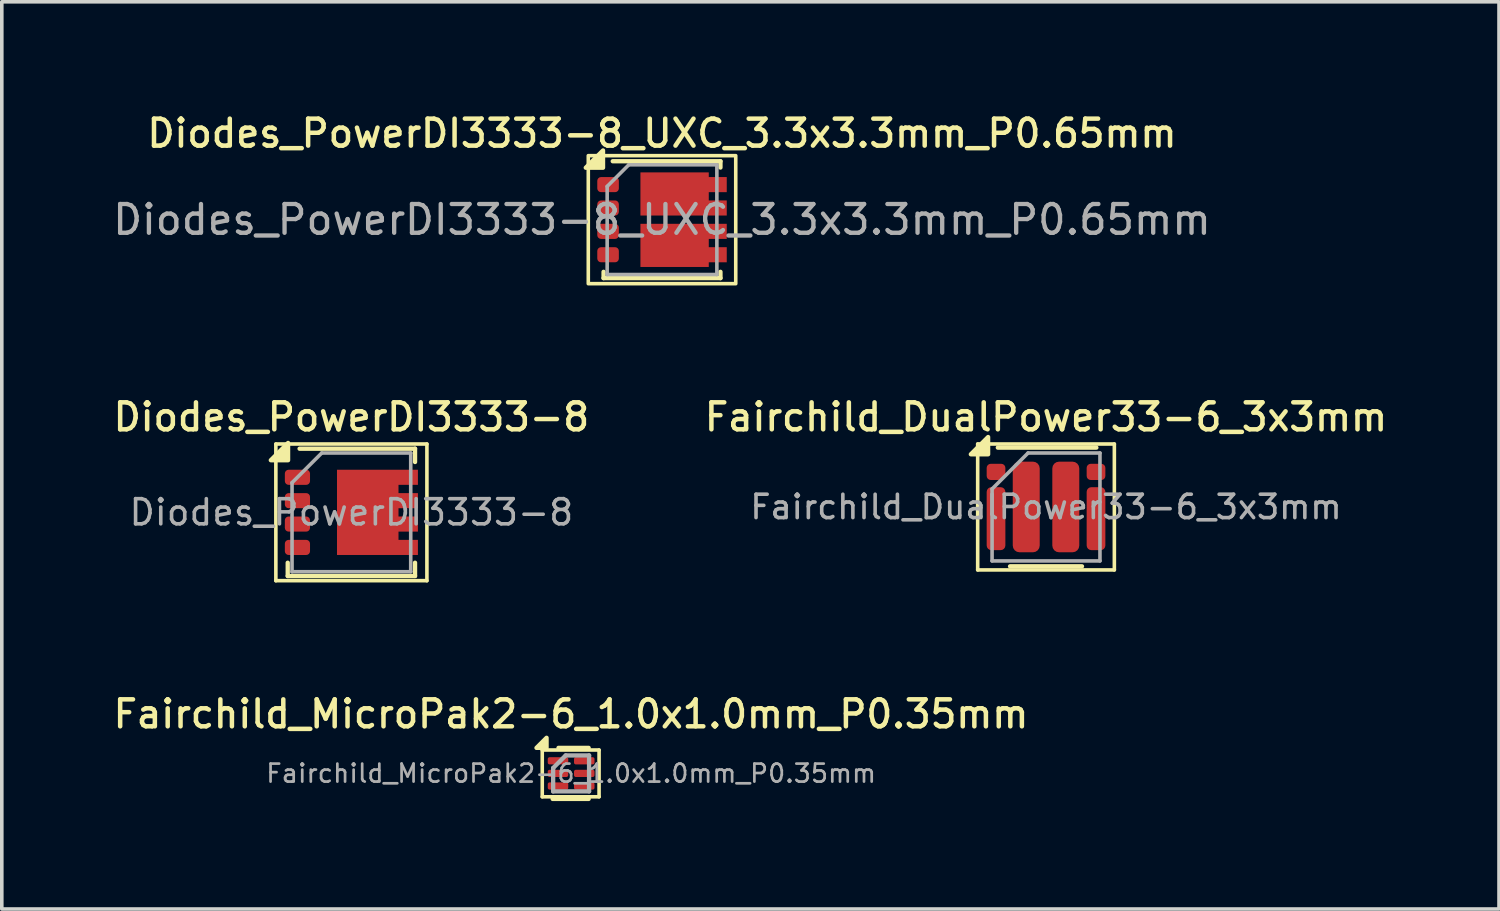
<source format=kicad_pcb>
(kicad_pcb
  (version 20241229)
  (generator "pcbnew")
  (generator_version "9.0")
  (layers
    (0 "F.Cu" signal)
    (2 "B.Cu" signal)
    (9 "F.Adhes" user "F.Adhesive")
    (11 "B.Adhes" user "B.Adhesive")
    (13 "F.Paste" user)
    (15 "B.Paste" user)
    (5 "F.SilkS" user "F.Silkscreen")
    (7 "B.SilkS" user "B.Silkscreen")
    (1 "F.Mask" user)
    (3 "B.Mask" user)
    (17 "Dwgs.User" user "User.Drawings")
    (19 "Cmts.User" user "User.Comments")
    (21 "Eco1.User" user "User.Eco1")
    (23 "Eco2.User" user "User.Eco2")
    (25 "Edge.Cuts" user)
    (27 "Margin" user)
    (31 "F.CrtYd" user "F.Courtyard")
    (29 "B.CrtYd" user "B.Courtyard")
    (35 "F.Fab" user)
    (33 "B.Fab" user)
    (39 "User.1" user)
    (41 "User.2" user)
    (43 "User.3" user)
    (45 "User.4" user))
  (footprint "Diodes_PowerDI3333-8"
    (layer "F.Cu")
    (at 6.72 11.196)
    (property "Reference" "Diodes_PowerDI3333-8" (at 0 -2.65 0) (layer "F.SilkS") (effects (font (size 0.75 0.75) (thickness 0.125))))
    (attr smd)
    (fp_line (start -2.1 -1.9) (end -2.1 1.9) (stroke (width 0.1) (type solid)) (layer "F.SilkS"))
    (fp_line (start -2.1 1.9) (end 2.1 1.9) (stroke (width 0.1) (type solid)) (layer "F.SilkS"))
    (fp_line (start -1.77 1.77) (end -1.77 1.4) (stroke (width 0.12) (type solid)) (layer "F.SilkS"))
    (fp_line (start -1.77 1.77) (end 1.77 1.77) (stroke (width 0.12) (type solid)) (layer "F.SilkS"))
    (fp_line (start 1.77 -1.77) (end -1.44 -1.77) (stroke (width 0.12) (type solid)) (layer "F.SilkS"))
    (fp_line (start 1.77 -1.77) (end 1.77 -1.4) (stroke (width 0.12) (type solid)) (layer "F.SilkS"))
    (fp_line (start 1.77 1.77) (end 1.77 1.4) (stroke (width 0.12) (type solid)) (layer "F.SilkS"))
    (fp_line (start 2.1 -1.9) (end -2.1 -1.9) (stroke (width 0.1) (type solid)) (layer "F.SilkS"))
    (fp_line (start 2.1 1.9) (end 2.1 -1.9) (stroke (width 0.1) (type solid)) (layer "F.SilkS"))
    (fp_poly (pts (xy -1.76 -1.45) (xy -2.24 -1.45) (xy -1.76 -1.93) (xy -1.76 -1.45)) (stroke (width 0.12) (type solid)) (fill yes) (layer "F.SilkS"))
    (fp_line (start -1.65 -0.825) (end -1.65 1.65) (stroke (width 0.1) (type solid)) (layer "F.Fab"))
    (fp_line (start -1.65 1.65) (end 1.65 1.65) (stroke (width 0.1) (type solid)) (layer "F.Fab"))
    (fp_line (start -0.825 -1.65) (end -1.65 -0.825) (stroke (width 0.1) (type solid)) (layer "F.Fab"))
    (fp_line (start 1.65 -1.65) (end -0.825 -1.65) (stroke (width 0.1) (type solid)) (layer "F.Fab"))
    (fp_line (start 1.65 1.65) (end 1.65 -1.65) (stroke (width 0.1) (type solid)) (layer "F.Fab"))
    (fp_text user "${REFERENCE}" (at 0 0 0) (layer "F.Fab") (effects (font (size 0.7 0.7) (thickness 0.1))))
    (pad "" smd roundrect (at 0.02 -0.565) (size 0.6 1) (layers "F.Paste") (roundrect_rratio 0.25))
    (pad "" smd roundrect (at 0.02 0.565) (size 0.6 1) (layers "F.Paste") (roundrect_rratio 0.25))
    (pad "" smd roundrect (at 0.73 -0.565) (size 0.6 1) (layers "F.Paste") (roundrect_rratio 0.25))
    (pad "" smd roundrect (at 0.73 0.565) (size 0.6 1) (layers "F.Paste") (roundrect_rratio 0.25))
    (pad "" smd roundrect (at 1.5 -0.975) (size 0.7 0.42) (layers "F.Paste") (roundrect_rratio 0.25))
    (pad "" smd roundrect (at 1.5 -0.325) (size 0.7 0.42) (layers "F.Paste") (roundrect_rratio 0.25))
    (pad "" smd roundrect (at 1.5 0.325) (size 0.7 0.42) (layers "F.Paste") (roundrect_rratio 0.25))
    (pad "" smd roundrect (at 1.5 0.975) (size 0.7 0.42) (layers "F.Paste") (roundrect_rratio 0.25))
    (pad "1" smd roundrect (at -1.5 -0.975) (size 0.7 0.42) (layers "F.Cu" "F.Mask" "F.Paste") (roundrect_rratio 0.25))
    (pad "2" smd roundrect (at -1.5 -0.325) (size 0.7 0.42) (layers "F.Cu" "F.Mask" "F.Paste") (roundrect_rratio 0.25))
    (pad "3" smd roundrect (at -1.5 0.325) (size 0.7 0.42) (layers "F.Cu" "F.Mask" "F.Paste") (roundrect_rratio 0.25))
    (pad "4" smd roundrect (at -1.5 0.975) (size 0.7 0.42) (layers "F.Cu" "F.Mask" "F.Paste") (roundrect_rratio 0.25))
    (pad "5" smd custom (at 0.455 0) (size 1.71 2.37) (layers "F.Cu" "F.Mask") (options (anchor rect)) (primitives (gr_poly (pts (xy 1.395 1.185) (xy 0.855 1.185) (xy 0.855 0.765) (xy 1.395 0.765)) (width 0) (fill yes)) (gr_poly (pts (xy 1.395 0.535) (xy 0.855 0.535) (xy 0.855 0.115) (xy 1.395 0.115)) (width 0) (fill yes)) (gr_poly (pts (xy 1.395 -0.115) (xy 0.855 -0.115) (xy 0.855 -0.535) (xy 1.395 -0.535)) (width 0) (fill yes)) (gr_poly (pts (xy 1.395 -0.765) (xy 0.855 -0.765) (xy 0.855 -1.185) (xy 1.395 -1.185)) (width 0) (fill yes)))))
  (footprint "Fairchild_MicroPak2-6_1.0x1.0mm_P0.35mm"
    (layer "F.Cu")
    (at 12.817 18.454)
    (property "Reference" "Fairchild_MicroPak2-6_1.0x1.0mm_P0.35mm" (at 0.01 -1.65 0) (layer "F.SilkS") (effects (font (size 0.75 0.75) (thickness 0.125))))
    (attr smd)
    (fp_line (start -0.79 -0.65) (end -0.79 0.65) (stroke (width 0.1) (type solid)) (layer "F.SilkS"))
    (fp_line (start -0.79 -0.65) (end 0.79 -0.65) (stroke (width 0.1) (type solid)) (layer "F.SilkS"))
    (fp_line (start -0.5 0.71) (end 0.5 0.71) (stroke (width 0.12) (type solid)) (layer "F.SilkS"))
    (fp_line (start -0.338 -0.71) (end 0.5 -0.71) (stroke (width 0.12) (type solid)) (layer "F.SilkS"))
    (fp_line (start 0.79 0.65) (end -0.79 0.65) (stroke (width 0.1) (type solid)) (layer "F.SilkS"))
    (fp_line (start 0.79 0.65) (end 0.79 -0.65) (stroke (width 0.1) (type solid)) (layer "F.SilkS"))
    (fp_poly (pts (xy -0.67 -0.71) (xy -0.95 -0.71) (xy -0.67 -0.99) (xy -0.67 -0.71)) (stroke (width 0.12) (type solid)) (fill yes) (layer "F.SilkS"))
    (fp_line (start -0.487 -0.15) (end -0.138 -0.5) (stroke (width 0.12) (type solid)) (layer "F.Fab"))
    (fp_line (start -0.487 0.5) (end -0.487 -0.15) (stroke (width 0.12) (type solid)) (layer "F.Fab"))
    (fp_line (start -0.138 -0.5) (end 0.512 -0.5) (stroke (width 0.12) (type solid)) (layer "F.Fab"))
    (fp_line (start 0.512 -0.5) (end 0.512 0.5) (stroke (width 0.12) (type solid)) (layer "F.Fab"))
    (fp_line (start 0.512 0.5) (end -0.487 0.5) (stroke (width 0.12) (type solid)) (layer "F.Fab"))
    (fp_text user "${REFERENCE}" (at 0.013 0 0) (layer "F.Fab") (effects (font (size 0.5 0.5) (thickness 0.075))))
    (pad "1" smd roundrect (at -0.352 -0.35) (size 0.57 0.2) (layers "F.Cu" "F.Mask" "F.Paste") (roundrect_rratio 0.25))
    (pad "2" smd roundrect (at -0.352 0) (size 0.57 0.2) (layers "F.Cu" "F.Mask" "F.Paste") (roundrect_rratio 0.25))
    (pad "3" smd roundrect (at -0.352 0.35) (size 0.57 0.2) (layers "F.Cu" "F.Mask" "F.Paste") (roundrect_rratio 0.25))
    (pad "4" smd roundrect (at 0.378 0.35) (size 0.57 0.2) (layers "F.Cu" "F.Mask" "F.Paste") (roundrect_rratio 0.25))
    (pad "5" smd roundrect (at 0.378 0) (size 0.57 0.2) (layers "F.Cu" "F.Mask" "F.Paste") (roundrect_rratio 0.25))
    (pad "6" smd roundrect (at 0.378 -0.35) (size 0.57 0.2) (layers "F.Cu" "F.Mask" "F.Paste") (roundrect_rratio 0.25)))
  (footprint "Diodes_PowerDI3333-8_UXC_3.3x3.3mm_P0.65mm"
    (layer "F.Cu")
    (at 15.357 3.058)
    (property "Reference" "Diodes_PowerDI3333-8_UXC_3.3x3.3mm_P0.65mm" (at 0 -2.4 0) (layer "F.SilkS") (effects (font (size 0.75 0.75) (thickness 0.125))))
    (attr smd)
    (fp_line (start -1.625 1.625) (end -1.625 1.45) (stroke (width 0.12) (type solid)) (layer "F.SilkS"))
    (fp_line (start -1.625 1.625) (end 1.625 1.625) (stroke (width 0.12) (type solid)) (layer "F.SilkS"))
    (fp_line (start -1.37 -1.625) (end 1.625 -1.625) (stroke (width 0.12) (type solid)) (layer "F.SilkS"))
    (fp_line (start 1.625 -1.45) (end 1.625 -1.625) (stroke (width 0.12) (type solid)) (layer "F.SilkS"))
    (fp_line (start 1.625 1.45) (end 1.625 1.625) (stroke (width 0.12) (type solid)) (layer "F.SilkS"))
    (fp_rect (start -2.05 -1.78) (end 2.05 1.78) (stroke (width 0.1) (type default)) (fill no) (layer "F.SilkS"))
    (fp_poly (pts (xy -1.64 -1.445) (xy -2.12 -1.445) (xy -1.64 -1.925) (xy -1.64 -1.445)) (stroke (width 0.12) (type solid)) (fill yes) (layer "F.SilkS"))
    (fp_line (start -1.525 -0.925) (end -1.525 1.525) (stroke (width 0.1) (type solid)) (layer "F.Fab"))
    (fp_line (start -1.525 1.525) (end 1.525 1.525) (stroke (width 0.1) (type solid)) (layer "F.Fab"))
    (fp_line (start -0.925 -1.525) (end -1.525 -0.925) (stroke (width 0.1) (type solid)) (layer "F.Fab"))
    (fp_line (start -0.925 -1.525) (end 1.525 -1.525) (stroke (width 0.1) (type solid)) (layer "F.Fab"))
    (fp_line (start 1.525 -1.525) (end 1.525 1.525) (stroke (width 0.1) (type solid)) (layer "F.Fab"))
    (fp_text user "${REFERENCE}" (at 0 0 180) (layer "F.Fab") (effects (font (size 0.8 0.8) (thickness 0.12))))
    (pad "" smd roundrect (at -0.22 -0.73) (size 0.6 1) (layers "F.Paste") (roundrect_rratio 0.25))
    (pad "" smd roundrect (at -0.22 0.71) (size 0.6 1) (layers "F.Paste") (roundrect_rratio 0.25))
    (pad "" smd roundrect (at 0.6 -0.73) (size 0.6 1) (layers "F.Paste") (roundrect_rratio 0.25))
    (pad "" smd roundrect (at 0.6 0.71) (size 0.6 1) (layers "F.Paste") (roundrect_rratio 0.25))
    (pad "" smd roundrect (at 1.45 -0.98) (size 0.7 0.4) (layers "F.Paste") (roundrect_rratio 0.25))
    (pad "" smd roundrect (at 1.45 -0.32) (size 0.7 0.4) (layers "F.Paste") (roundrect_rratio 0.25))
    (pad "" smd roundrect (at 1.45 0.32) (size 0.7 0.4) (layers "F.Paste") (roundrect_rratio 0.25))
    (pad "" smd roundrect (at 1.45 0.98) (size 0.7 0.4) (layers "F.Paste") (roundrect_rratio 0.25))
    (pad "1" smd roundrect (at -1.5 -0.975 270) (size 0.42 0.6) (layers "F.Cu" "F.Mask" "F.Paste") (roundrect_rratio 0.25))
    (pad "2" smd roundrect (at -1.5 -0.325 270) (size 0.42 0.6) (layers "F.Cu" "F.Mask" "F.Paste") (roundrect_rratio 0.25))
    (pad "3" smd roundrect (at -1.5 0.325 270) (size 0.42 0.6) (layers "F.Cu" "F.Mask" "F.Paste") (roundrect_rratio 0.25))
    (pad "4" smd roundrect (at -1.5 0.975 270) (size 0.42 0.6) (layers "F.Cu" "F.Mask" "F.Paste") (roundrect_rratio 0.25))
    (pad "5" smd custom (at 0.35 0.715 270) (size 0.75 0.75) (layers "F.Cu" "F.Mask") (options (anchor rect)) (primitives (gr_poly (pts (xy -0.6 0.95) (xy 0.6 0.95) (xy 0.6 -0.95) (xy 0.47 -0.95) (xy 0.47 -1.45) (xy 0.05 -1.45) (xy 0.05 -0.95) (xy -0.18 -0.95) (xy -0.18 -1.45) (xy -0.6 -1.45)) (width 0) (fill yes))))
    (pad "7" smd custom (at 0.35 -0.715 270) (size 0.75 0.75) (layers "F.Cu" "F.Mask") (options (anchor rect)) (primitives (gr_poly (pts (xy 0.6 0.95) (xy -0.6 0.95) (xy -0.6 -0.95) (xy -0.47 -0.95) (xy -0.47 -1.45) (xy -0.05 -1.45) (xy -0.05 -0.95) (xy 0.18 -0.95) (xy 0.18 -1.45) (xy 0.6 -1.45)) (width 0) (fill yes)))))
  (footprint "Fairchild_DualPower33-6_3x3mm"
    (layer "F.Cu")
    (at 26.034 11.046)
    (property "Reference" "Fairchild_DualPower33-6_3x3mm" (at 0 -2.5 0) (layer "F.SilkS") (effects (font (size 0.75 0.75) (thickness 0.125))))
    (attr smd)
    (fp_line (start -1.9 -1.75) (end 1.9 -1.75) (stroke (width 0.1) (type solid)) (layer "F.SilkS"))
    (fp_line (start -1.9 1.75) (end -1.9 -1.75) (stroke (width 0.1) (type solid)) (layer "F.SilkS"))
    (fp_line (start -1 1.65) (end 1 1.65) (stroke (width 0.12) (type solid)) (layer "F.SilkS"))
    (fp_line (start 1.4 -1.65) (end -1.34 -1.65) (stroke (width 0.12) (type solid)) (layer "F.SilkS"))
    (fp_line (start 1.9 -1.75) (end 1.9 1.75) (stroke (width 0.1) (type solid)) (layer "F.SilkS"))
    (fp_line (start 1.9 1.75) (end -1.9 1.75) (stroke (width 0.1) (type solid)) (layer "F.SilkS"))
    (fp_poly (pts (xy -1.61 -1.465) (xy -2.09 -1.465) (xy -1.61 -1.945) (xy -1.61 -1.465)) (stroke (width 0.12) (type solid)) (fill yes) (layer "F.SilkS"))
    (fp_line (start -1.5 -0.5) (end -0.5 -1.5) (stroke (width 0.1) (type solid)) (layer "F.Fab"))
    (fp_line (start -1.5 1.5) (end -1.5 -0.5) (stroke (width 0.1) (type solid)) (layer "F.Fab"))
    (fp_line (start -0.5 -1.5) (end 1.5 -1.5) (stroke (width 0.1) (type solid)) (layer "F.Fab"))
    (fp_line (start 1.5 -1.5) (end 1.5 1.5) (stroke (width 0.1) (type solid)) (layer "F.Fab"))
    (fp_line (start 1.5 1.5) (end -1.5 1.5) (stroke (width 0.1) (type solid)) (layer "F.Fab"))
    (fp_text user "${REFERENCE}" (at 0 0 0) (layer "F.Fab") (effects (font (size 0.65 0.65) (thickness 0.1))))
    (pad "" smd roundrect (at -1.39 -0.975) (size 0.35 0.35) (layers "F.Mask" "F.Paste") (roundrect_rratio 0.25))
    (pad "" smd roundrect (at -1.39 -0.325) (size 0.35 0.35) (layers "F.Mask" "F.Paste") (roundrect_rratio 0.25))
    (pad "" smd roundrect (at -1.39 0.325) (size 0.35 0.35) (layers "F.Mask" "F.Paste") (roundrect_rratio 0.25))
    (pad "" smd roundrect (at -1.39 0.975) (size 0.35 0.35) (layers "F.Mask" "F.Paste") (roundrect_rratio 0.25))
    (pad "" smd roundrect (at -0.55 -0.5) (size 0.65 0.8) (layers "F.Mask" "F.Paste") (roundrect_rratio 0.25))
    (pad "" smd roundrect (at -0.55 0.5) (size 0.65 0.8) (layers "F.Mask" "F.Paste") (roundrect_rratio 0.25))
    (pad "" smd roundrect (at 0.55 -0.5) (size 0.65 0.8) (layers "F.Mask" "F.Paste") (roundrect_rratio 0.25))
    (pad "" smd roundrect (at 0.55 0.5) (size 0.65 0.8) (layers "F.Mask" "F.Paste") (roundrect_rratio 0.25))
    (pad "" smd roundrect (at 1.39 -0.975) (size 0.35 0.35) (layers "F.Mask" "F.Paste") (roundrect_rratio 0.25))
    (pad "" smd roundrect (at 1.39 -0.325) (size 0.35 0.35) (layers "F.Mask" "F.Paste") (roundrect_rratio 0.25))
    (pad "" smd roundrect (at 1.39 0.325) (size 0.35 0.35) (layers "F.Mask" "F.Paste") (roundrect_rratio 0.25))
    (pad "" smd roundrect (at 1.39 0.975) (size 0.35 0.35) (layers "F.Mask" "F.Paste") (roundrect_rratio 0.25))
    (pad "1" smd roundrect (at -1.39 -0.975) (size 0.52 0.45) (layers "F.Cu" "F.Mask") (roundrect_rratio 0.25))
    (pad "2" smd roundrect (at -1.39 0.325) (size 0.52 1.75) (layers "F.Cu" "F.Mask") (roundrect_rratio 0.25))
    (pad "3" smd roundrect (at 1.39 0.325) (size 0.52 1.75) (layers "F.Cu" "F.Mask") (roundrect_rratio 0.25))
    (pad "4" smd roundrect (at 1.39 -0.975) (size 0.52 0.45) (layers "F.Cu" "F.Mask") (roundrect_rratio 0.25))
    (pad "5" smd roundrect (at -0.55 0) (size 0.75 2.52) (layers "F.Cu" "F.Mask") (roundrect_rratio 0.25))
    (pad "6" smd roundrect (at 0.55 0) (size 0.75 2.52) (layers "F.Cu" "F.Mask") (roundrect_rratio 0.25)))
  (gr_rect
    (start -3 -3)
    (end 38.629 22.224)
    (stroke (width 0.1) (type default))
    (fill no)
    (layer "Edge.Cuts")))
</source>
